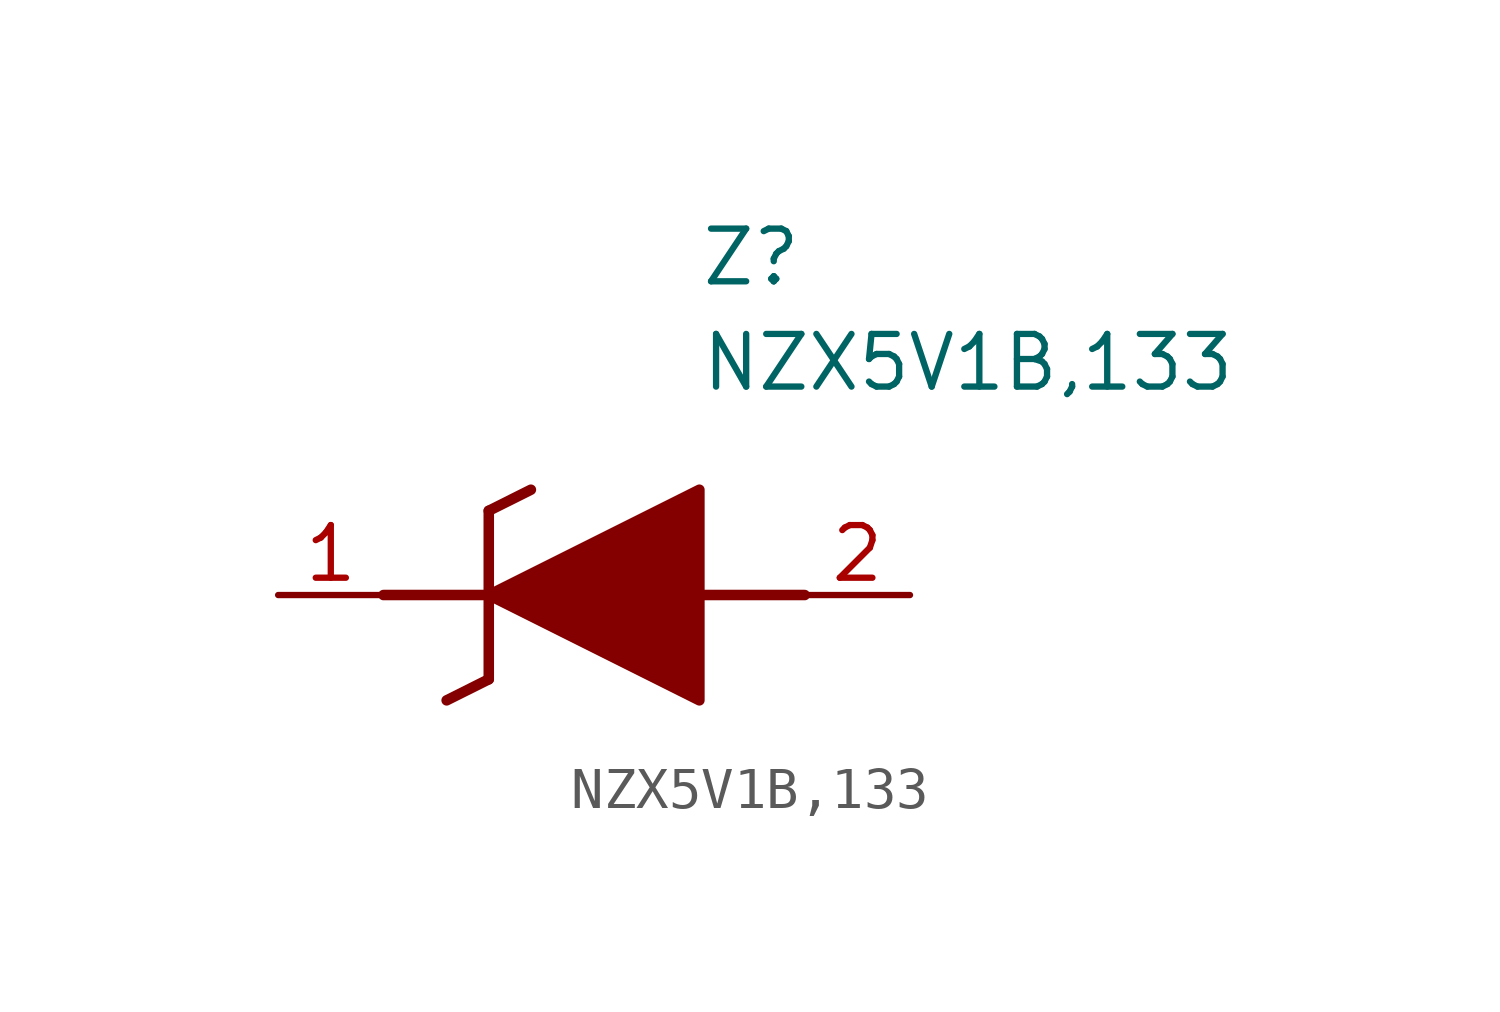
<source format=kicad_sym>
(kicad_symbol_lib
  (version 20211014)
  (generator SamacSys_ECAD_Model)
  (symbol "NZX5V1B,133"
    (pin_names hide)
    (property "Reference" "Z"
      (at 10.16 8.89 0)
      (effects (font (size 1.27 1.27)) (justify left top)))
    (property "Value" "NZX5V1B,133"
      (at 10.16 6.35 0)
      (effects (font (size 1.27 1.27)) (justify left top)))
    (polyline
      (pts (xy 5.08 2.032) (xy 5.08 -2.032))
      (stroke (width 0.254) (type default))
      (fill (type none)))
    (polyline
      (pts (xy 5.08 2.032) (xy 6.096 2.54))
      (stroke (width 0.254) (type default))
      (fill (type none)))
    (polyline
      (pts (xy 4.064 -2.54) (xy 5.08 -2.032))
      (stroke (width 0.254) (type default))
      (fill (type none)))
    (polyline
      (pts (xy 2.54 0) (xy 5.08 0))
      (stroke (width 0.254) (type default))
      (fill (type none)))
    (polyline
      (pts (xy 12.7 0) (xy 10.16 0))
      (stroke (width 0.254) (type default))
      (fill (type none)))
    (polyline
      (pts (xy 5.08 0) (xy 10.16 2.54) (xy 10.16 -2.54) (xy 5.08 0))
      (stroke (width 0.254) (type default))
      (fill (type outline)))
    (pin passive line
      (at 0 0 0)
      (length 2.54)
      (name "K" (effects (font (size 1.27 1.27))))
      (number "1" (effects (font (size 1.27 1.27)))))
    (pin passive line
      (at 15.24 0 180)
      (length 2.54)
      (name "A" (effects (font (size 1.27 1.27))))
      (number "2" (effects (font (size 1.27 1.27)))))))
</source>
